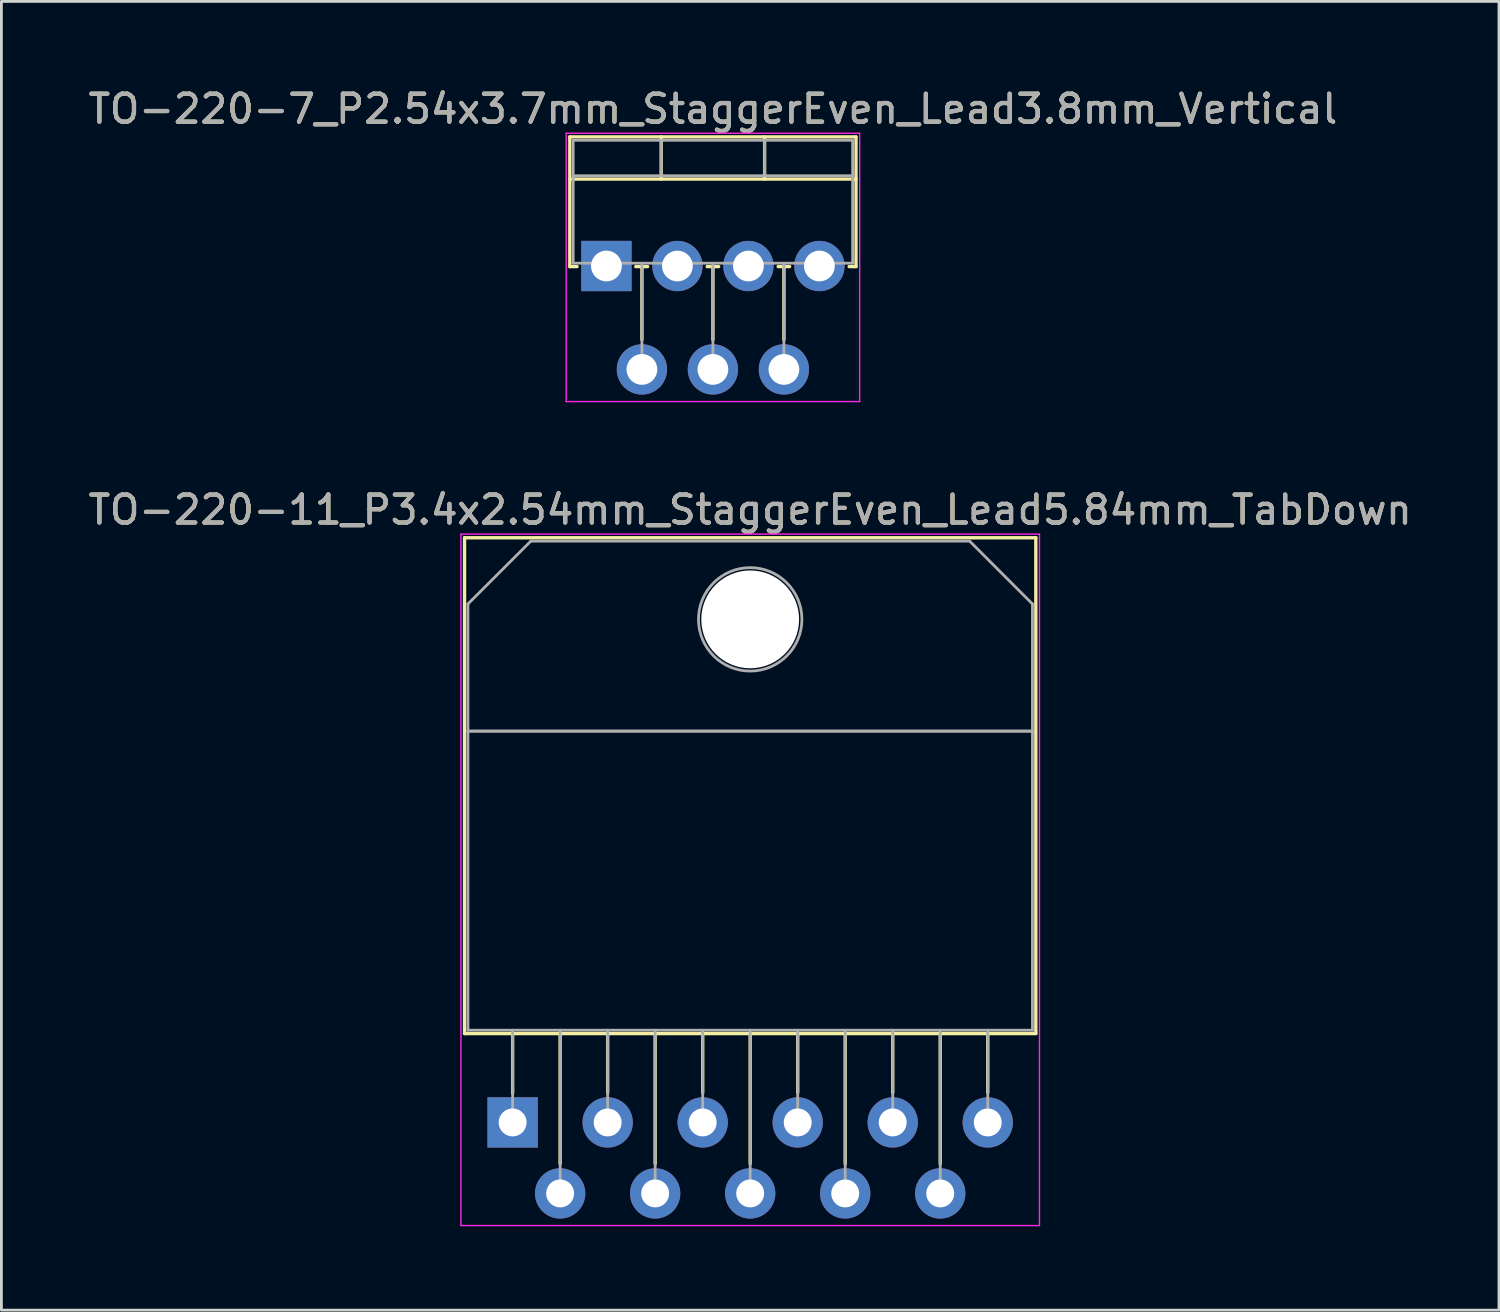
<source format=kicad_pcb>
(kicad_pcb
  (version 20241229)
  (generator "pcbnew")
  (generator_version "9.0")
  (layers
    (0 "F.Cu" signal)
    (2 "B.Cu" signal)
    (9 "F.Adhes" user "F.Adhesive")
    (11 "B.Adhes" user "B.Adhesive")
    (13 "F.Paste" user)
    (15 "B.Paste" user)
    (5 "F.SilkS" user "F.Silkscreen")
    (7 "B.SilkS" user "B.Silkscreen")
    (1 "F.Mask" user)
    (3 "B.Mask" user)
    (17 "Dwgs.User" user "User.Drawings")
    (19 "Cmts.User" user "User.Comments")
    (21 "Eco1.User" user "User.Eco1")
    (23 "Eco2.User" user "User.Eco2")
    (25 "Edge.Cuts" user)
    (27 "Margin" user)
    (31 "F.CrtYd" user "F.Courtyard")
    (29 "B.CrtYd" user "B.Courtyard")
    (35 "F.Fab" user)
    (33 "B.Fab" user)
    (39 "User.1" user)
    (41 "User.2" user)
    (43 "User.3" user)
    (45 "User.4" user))
  (footprint "TO-220-7_P2.54x3.7mm_StaggerEven_Lead3.8mm_Vertical"
    (layer "F.Cu")
    (at 18.648 6.468)
    (property "Reference" "TO-220-7_P2.54x3.7mm_StaggerEven_Lead3.8mm_Vertical" (at 3.81 -5.62 0) (layer "F.SilkS") (effects (font (size 1 1) (thickness 0.15))))
    (attr through_hole)
    (fp_line (start -1.31 -4.62) (end -1.31 0.021) (stroke (width 0.12) (type solid)) (layer "F.SilkS"))
    (fp_line (start -1.31 -4.62) (end 8.93 -4.62) (stroke (width 0.12) (type solid)) (layer "F.SilkS"))
    (fp_line (start -1.31 -3.111) (end 8.93 -3.111) (stroke (width 0.12) (type solid)) (layer "F.SilkS"))
    (fp_line (start -1.31 0.021) (end -1.05 0.021) (stroke (width 0.12) (type solid)) (layer "F.SilkS"))
    (fp_line (start 1.05 0.021) (end 1.475 0.021) (stroke (width 0.12) (type solid)) (layer "F.SilkS"))
    (fp_line (start 1.27 0.021) (end 1.27 2.635) (stroke (width 0.12) (type solid)) (layer "F.SilkS"))
    (fp_line (start 1.96 -4.62) (end 1.96 -3.111) (stroke (width 0.12) (type solid)) (layer "F.SilkS"))
    (fp_line (start 3.605 0.021) (end 4.016 0.021) (stroke (width 0.12) (type solid)) (layer "F.SilkS"))
    (fp_line (start 3.81 0.021) (end 3.81 2.635) (stroke (width 0.12) (type solid)) (layer "F.SilkS"))
    (fp_line (start 5.66 -4.62) (end 5.66 -3.111) (stroke (width 0.12) (type solid)) (layer "F.SilkS"))
    (fp_line (start 6.145 0.021) (end 6.555 0.021) (stroke (width 0.12) (type solid)) (layer "F.SilkS"))
    (fp_line (start 6.35 0.021) (end 6.35 2.635) (stroke (width 0.12) (type solid)) (layer "F.SilkS"))
    (fp_line (start 8.685 0.021) (end 8.93 0.021) (stroke (width 0.12) (type solid)) (layer "F.SilkS"))
    (fp_line (start 8.93 -4.62) (end 8.93 0.021) (stroke (width 0.12) (type solid)) (layer "F.SilkS"))
    (fp_line (start -1.44 -4.75) (end -1.44 4.85) (stroke (width 0.05) (type solid)) (layer "F.CrtYd"))
    (fp_line (start -1.44 4.85) (end 9.06 4.85) (stroke (width 0.05) (type solid)) (layer "F.CrtYd"))
    (fp_line (start 9.06 -4.75) (end -1.44 -4.75) (stroke (width 0.05) (type solid)) (layer "F.CrtYd"))
    (fp_line (start 9.06 4.85) (end 9.06 -4.75) (stroke (width 0.05) (type solid)) (layer "F.CrtYd"))
    (fp_line (start -1.19 -4.5) (end -1.19 -0.1) (stroke (width 0.1) (type solid)) (layer "F.Fab"))
    (fp_line (start -1.19 -3.23) (end 8.81 -3.23) (stroke (width 0.1) (type solid)) (layer "F.Fab"))
    (fp_line (start -1.19 -0.1) (end 8.81 -0.1) (stroke (width 0.1) (type solid)) (layer "F.Fab"))
    (fp_line (start 0 -0.1) (end 0 0) (stroke (width 0.1) (type solid)) (layer "F.Fab"))
    (fp_line (start 1.27 -0.1) (end 1.27 3.7) (stroke (width 0.1) (type solid)) (layer "F.Fab"))
    (fp_line (start 1.96 -4.5) (end 1.96 -3.23) (stroke (width 0.1) (type solid)) (layer "F.Fab"))
    (fp_line (start 2.54 -0.1) (end 2.54 0) (stroke (width 0.1) (type solid)) (layer "F.Fab"))
    (fp_line (start 3.81 -0.1) (end 3.81 3.7) (stroke (width 0.1) (type solid)) (layer "F.Fab"))
    (fp_line (start 5.08 -0.1) (end 5.08 0) (stroke (width 0.1) (type solid)) (layer "F.Fab"))
    (fp_line (start 5.66 -4.5) (end 5.66 -3.23) (stroke (width 0.1) (type solid)) (layer "F.Fab"))
    (fp_line (start 6.35 -0.1) (end 6.35 3.7) (stroke (width 0.1) (type solid)) (layer "F.Fab"))
    (fp_line (start 7.62 -0.1) (end 7.62 0) (stroke (width 0.1) (type solid)) (layer "F.Fab"))
    (fp_line (start 8.81 -4.5) (end -1.19 -4.5) (stroke (width 0.1) (type solid)) (layer "F.Fab"))
    (fp_line (start 8.81 -0.1) (end 8.81 -4.5) (stroke (width 0.1) (type solid)) (layer "F.Fab"))
    (fp_text user "${REFERENCE}" (at 3.81 -5.62 0) (layer "F.Fab") (effects (font (size 1 1) (thickness 0.15))))
    (pad "1" thru_hole rect (at 0 0) (size 1.8 1.8) (drill 1.1) (layers "*.Cu" "*.Mask"))
    (pad "2" thru_hole oval (at 1.27 3.7) (size 1.8 1.8) (drill 1.1) (layers "*.Cu" "*.Mask"))
    (pad "3" thru_hole oval (at 2.54 0) (size 1.8 1.8) (drill 1.1) (layers "*.Cu" "*.Mask"))
    (pad "4" thru_hole oval (at 3.81 3.7) (size 1.8 1.8) (drill 1.1) (layers "*.Cu" "*.Mask"))
    (pad "5" thru_hole oval (at 5.08 0) (size 1.8 1.8) (drill 1.1) (layers "*.Cu" "*.Mask"))
    (pad "6" thru_hole oval (at 6.35 3.7) (size 1.8 1.8) (drill 1.1) (layers "*.Cu" "*.Mask"))
    (pad "7" thru_hole oval (at 7.62 0) (size 1.8 1.8) (drill 1.1) (layers "*.Cu" "*.Mask")))
  (footprint "TO-220-11_P3.4x2.54mm_StaggerEven_Lead5.84mm_TabDown"
    (layer "F.Cu")
    (at 15.292 37.111)
    (property "Reference" "TO-220-11_P3.4x2.54mm_StaggerEven_Lead5.84mm_TabDown" (at 8.5 -21.92 0) (layer "F.SilkS") (effects (font (size 1 1) (thickness 0.15))))
    (attr through_hole)
    (fp_line (start -1.72 -20.92) (end -1.72 -3.18) (stroke (width 0.12) (type solid)) (layer "F.SilkS"))
    (fp_line (start -1.72 -20.92) (end 18.72 -20.92) (stroke (width 0.12) (type solid)) (layer "F.SilkS"))
    (fp_line (start -1.72 -3.18) (end 18.72 -3.18) (stroke (width 0.12) (type solid)) (layer "F.SilkS"))
    (fp_line (start 0 -3.18) (end 0 -1.05) (stroke (width 0.12) (type solid)) (layer "F.SilkS"))
    (fp_line (start 1.7 -3.18) (end 1.7 1.475) (stroke (width 0.12) (type solid)) (layer "F.SilkS"))
    (fp_line (start 3.4 -3.18) (end 3.4 -1.066) (stroke (width 0.12) (type solid)) (layer "F.SilkS"))
    (fp_line (start 5.1 -3.18) (end 5.1 1.475) (stroke (width 0.12) (type solid)) (layer "F.SilkS"))
    (fp_line (start 6.8 -3.18) (end 6.8 -1.066) (stroke (width 0.12) (type solid)) (layer "F.SilkS"))
    (fp_line (start 8.5 -3.18) (end 8.5 1.475) (stroke (width 0.12) (type solid)) (layer "F.SilkS"))
    (fp_line (start 10.2 -3.18) (end 10.2 -1.066) (stroke (width 0.12) (type solid)) (layer "F.SilkS"))
    (fp_line (start 11.9 -3.18) (end 11.9 1.475) (stroke (width 0.12) (type solid)) (layer "F.SilkS"))
    (fp_line (start 13.6 -3.18) (end 13.6 -1.066) (stroke (width 0.12) (type solid)) (layer "F.SilkS"))
    (fp_line (start 15.3 -3.18) (end 15.3 1.475) (stroke (width 0.12) (type solid)) (layer "F.SilkS"))
    (fp_line (start 17 -3.18) (end 17 -1.066) (stroke (width 0.12) (type solid)) (layer "F.SilkS"))
    (fp_line (start 18.72 -20.92) (end 18.72 -3.18) (stroke (width 0.12) (type solid)) (layer "F.SilkS"))
    (fp_line (start -1.85 -21.05) (end -1.85 3.69) (stroke (width 0.05) (type solid)) (layer "F.CrtYd"))
    (fp_line (start -1.85 3.69) (end 18.85 3.69) (stroke (width 0.05) (type solid)) (layer "F.CrtYd"))
    (fp_line (start 18.85 -21.05) (end -1.85 -21.05) (stroke (width 0.05) (type solid)) (layer "F.CrtYd"))
    (fp_line (start 18.85 3.69) (end 18.85 -21.05) (stroke (width 0.05) (type solid)) (layer "F.CrtYd"))
    (fp_line (start -1.6 -18.55) (end 0.651 -20.8) (stroke (width 0.1) (type solid)) (layer "F.Fab"))
    (fp_line (start -1.6 -14) (end -1.6 -18.55) (stroke (width 0.1) (type solid)) (layer "F.Fab"))
    (fp_line (start -1.6 -14) (end 18.6 -14) (stroke (width 0.1) (type solid)) (layer "F.Fab"))
    (fp_line (start -1.6 -3.3) (end -1.6 -14) (stroke (width 0.1) (type solid)) (layer "F.Fab"))
    (fp_line (start 0 -3.3) (end 0 0) (stroke (width 0.1) (type solid)) (layer "F.Fab"))
    (fp_line (start 0.651 -20.8) (end 16.351 -20.8) (stroke (width 0.1) (type solid)) (layer "F.Fab"))
    (fp_line (start 1.7 -3.3) (end 1.7 2.54) (stroke (width 0.1) (type solid)) (layer "F.Fab"))
    (fp_line (start 3.4 -3.3) (end 3.4 0) (stroke (width 0.1) (type solid)) (layer "F.Fab"))
    (fp_line (start 5.1 -3.3) (end 5.1 2.54) (stroke (width 0.1) (type solid)) (layer "F.Fab"))
    (fp_line (start 6.8 -3.3) (end 6.8 0) (stroke (width 0.1) (type solid)) (layer "F.Fab"))
    (fp_line (start 8.5 -3.3) (end 8.5 2.54) (stroke (width 0.1) (type solid)) (layer "F.Fab"))
    (fp_line (start 10.2 -3.3) (end 10.2 0) (stroke (width 0.1) (type solid)) (layer "F.Fab"))
    (fp_line (start 11.9 -3.3) (end 11.9 2.54) (stroke (width 0.1) (type solid)) (layer "F.Fab"))
    (fp_line (start 13.6 -3.3) (end 13.6 0) (stroke (width 0.1) (type solid)) (layer "F.Fab"))
    (fp_line (start 15.3 -3.3) (end 15.3 2.54) (stroke (width 0.1) (type solid)) (layer "F.Fab"))
    (fp_line (start 16.351 -20.8) (end 18.6 -18.55) (stroke (width 0.1) (type solid)) (layer "F.Fab"))
    (fp_line (start 17 -3.3) (end 17 0) (stroke (width 0.1) (type solid)) (layer "F.Fab"))
    (fp_line (start 18.6 -18.55) (end 18.6 -14) (stroke (width 0.1) (type solid)) (layer "F.Fab"))
    (fp_line (start 18.6 -14) (end -1.6 -14) (stroke (width 0.1) (type solid)) (layer "F.Fab"))
    (fp_line (start 18.6 -14) (end 18.6 -3.3) (stroke (width 0.1) (type solid)) (layer "F.Fab"))
    (fp_line (start 18.6 -3.3) (end -1.6 -3.3) (stroke (width 0.1) (type solid)) (layer "F.Fab"))
    (fp_circle (center 8.5 -18) (end 10.35 -18) (stroke (width 0.1) (type solid)) (fill no) (layer "F.Fab"))
    (fp_text user "${REFERENCE}" (at 8.5 -21.92 0) (layer "F.Fab") (effects (font (size 1 1) (thickness 0.15))))
    (pad "" np_thru_hole oval (at 8.5 -18) (size 3.5 3.5) (drill 3.5) (layers "*.Cu" "*.Mask"))
    (pad "1" thru_hole rect (at 0 0) (size 1.8 1.8) (drill 1) (layers "*.Cu" "*.Mask"))
    (pad "2" thru_hole oval (at 1.7 2.54) (size 1.8 1.8) (drill 1) (layers "*.Cu" "*.Mask"))
    (pad "3" thru_hole oval (at 3.4 0) (size 1.8 1.8) (drill 1) (layers "*.Cu" "*.Mask"))
    (pad "4" thru_hole oval (at 5.1 2.54) (size 1.8 1.8) (drill 1) (layers "*.Cu" "*.Mask"))
    (pad "5" thru_hole oval (at 6.8 0) (size 1.8 1.8) (drill 1) (layers "*.Cu" "*.Mask"))
    (pad "6" thru_hole oval (at 8.5 2.54) (size 1.8 1.8) (drill 1) (layers "*.Cu" "*.Mask"))
    (pad "7" thru_hole oval (at 10.2 0) (size 1.8 1.8) (drill 1) (layers "*.Cu" "*.Mask"))
    (pad "8" thru_hole oval (at 11.9 2.54) (size 1.8 1.8) (drill 1) (layers "*.Cu" "*.Mask"))
    (pad "9" thru_hole oval (at 13.6 0) (size 1.8 1.8) (drill 1) (layers "*.Cu" "*.Mask"))
    (pad "10" thru_hole oval (at 15.3 2.54) (size 1.8 1.8) (drill 1) (layers "*.Cu" "*.Mask"))
    (pad "11" thru_hole oval (at 17 0) (size 1.8 1.8) (drill 1) (layers "*.Cu" "*.Mask")))
  (gr_rect
    (start -3 -3)
    (end 50.583 43.827)
    (stroke (width 0.1) (type default))
    (fill no)
    (layer "Edge.Cuts")))
</source>
